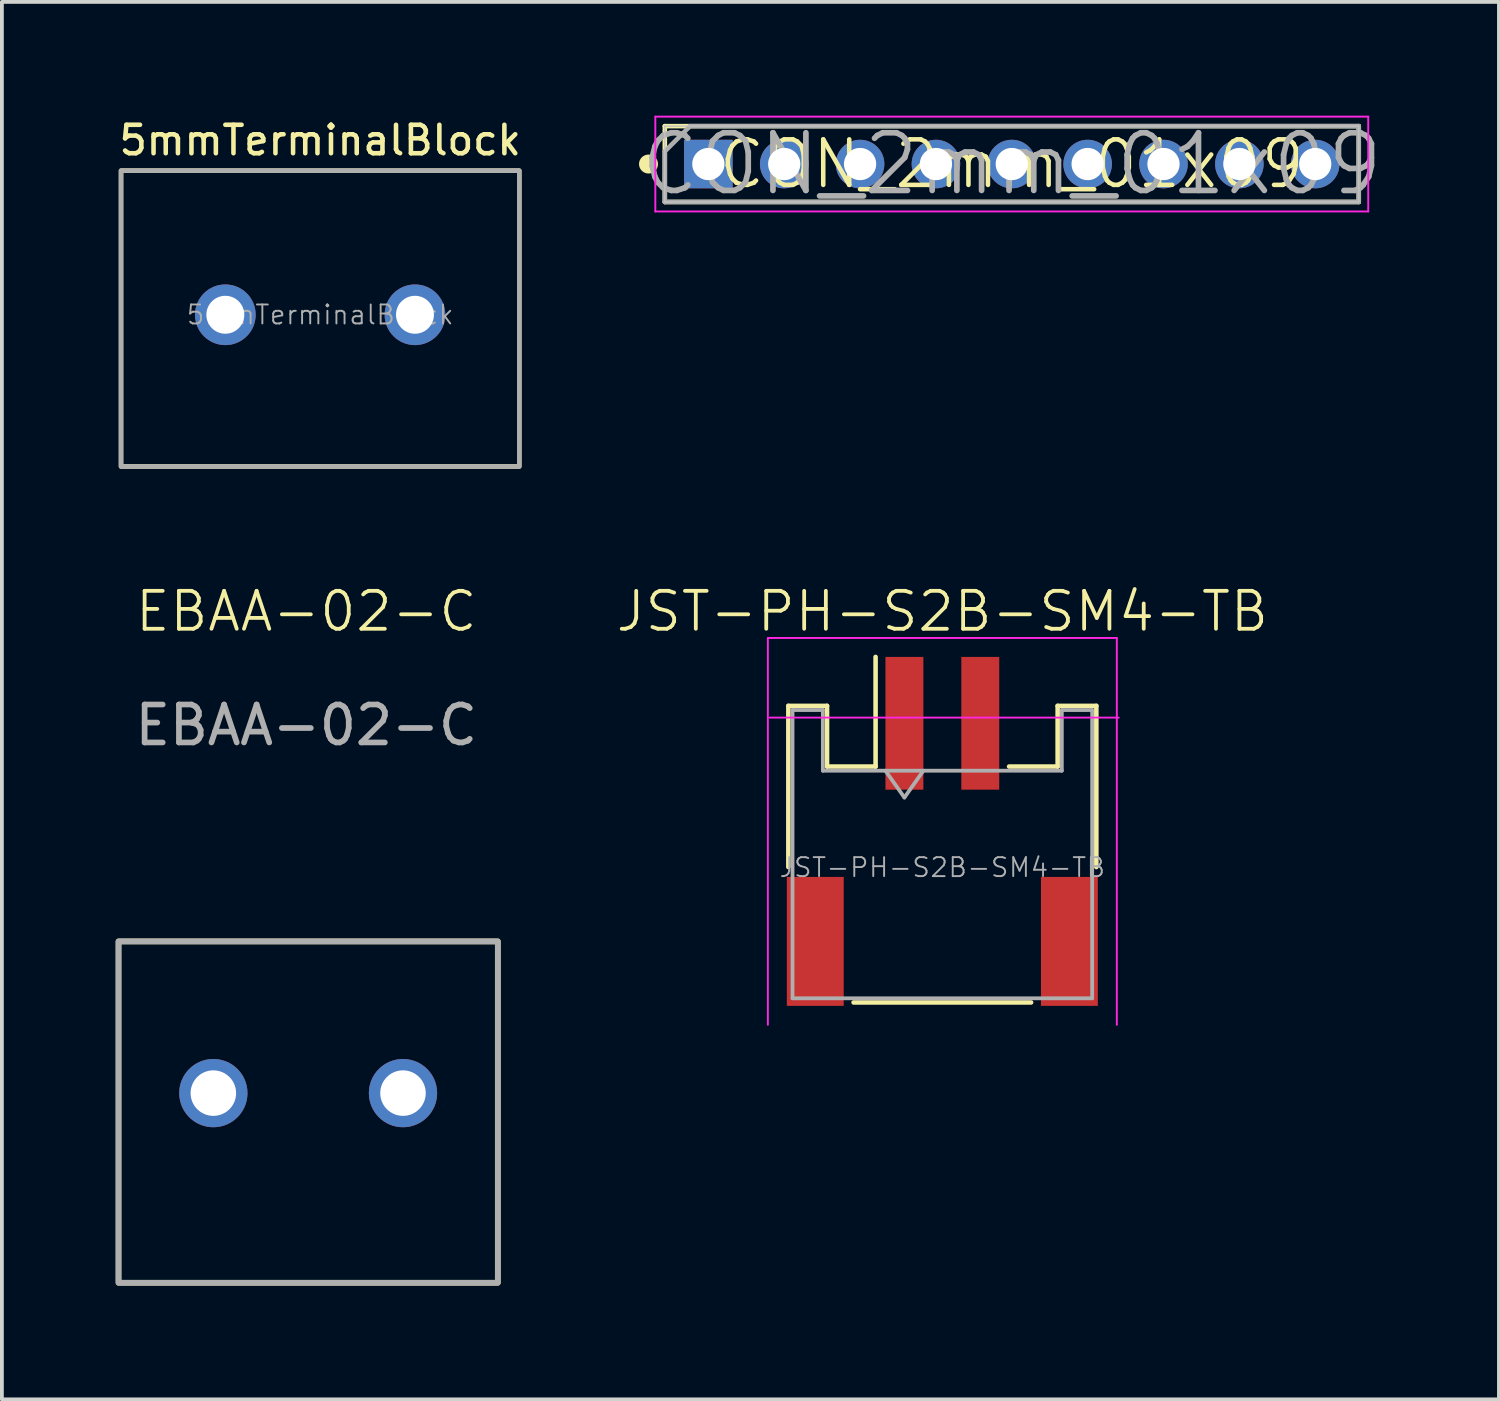
<source format=kicad_pcb>
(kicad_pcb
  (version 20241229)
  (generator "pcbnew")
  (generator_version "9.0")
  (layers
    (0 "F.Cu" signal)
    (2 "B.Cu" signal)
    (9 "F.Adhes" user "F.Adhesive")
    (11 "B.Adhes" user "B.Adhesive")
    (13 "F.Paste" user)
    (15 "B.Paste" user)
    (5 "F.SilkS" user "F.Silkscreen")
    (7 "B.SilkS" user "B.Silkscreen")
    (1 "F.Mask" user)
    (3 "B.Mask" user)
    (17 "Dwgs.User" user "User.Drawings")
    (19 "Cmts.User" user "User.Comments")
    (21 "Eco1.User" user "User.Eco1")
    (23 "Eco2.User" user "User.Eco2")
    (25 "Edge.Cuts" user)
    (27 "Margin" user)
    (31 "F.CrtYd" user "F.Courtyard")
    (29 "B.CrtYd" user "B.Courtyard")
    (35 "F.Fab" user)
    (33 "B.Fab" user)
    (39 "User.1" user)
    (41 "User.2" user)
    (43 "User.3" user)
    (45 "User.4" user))
  (footprint "EBAA-02-C"
    (layer "F.Cu")
    (at 5.075 25.77)
    (property "Reference" "EBAA-02-C" (at -0.05 -12.7 0) (unlocked yes) (layer "F.SilkS") (effects (font (size 1 1) (thickness 0.1))))
    (attr through_hole)
    (fp_rect (start -5 -4) (end 5 5) (stroke (width 0.15) (type default)) (fill no) (layer "F.SilkS"))
    (fp_rect (start -5 -4) (end 5 5) (stroke (width 0.15) (type default)) (fill no) (layer "F.Fab"))
    (fp_text user "${REFERENCE}" (at -0.05 -9.7 0) (unlocked yes) (layer "F.Fab") (effects (font (size 1 1) (thickness 0.15))))
    (pad "1" thru_hole circle (at -2.5 0) (size 1.8 1.8) (drill 1.2) (layers "*.Cu" "*.Mask"))
    (pad "2" thru_hole circle (at 2.5 0) (size 1.8 1.8) (drill 1.2) (layers "*.Cu" "*.Mask")))
  (footprint "CON_2mm_01x09"
    (layer "F.Cu")
    (at 15.626 1.275)
    (property "Reference" "CON_2mm_01x09" (at 8 0 0) (layer "F.SilkS") (effects (font (size 1.2 1.2) (thickness 0.12))))
    (attr through_hole)
    (fp_line (start -1.148 -1) (end 17.148 -1) (stroke (width 0.12) (type solid)) (layer "F.SilkS"))
    (fp_line (start -1.148 1) (end -1.148 -1) (stroke (width 0.12) (type solid)) (layer "F.SilkS"))
    (fp_line (start 17.148 -1) (end 17.148 1) (stroke (width 0.12) (type solid)) (layer "F.SilkS"))
    (fp_line (start 17.148 1) (end -1.148 1) (stroke (width 0.12) (type solid)) (layer "F.SilkS"))
    (fp_circle (center -1.578 0) (end -1.578 0.125) (stroke (width 0.25) (type solid)) (fill no) (layer "F.SilkS"))
    (fp_line (start -1.148 -1) (end 17.148 -1) (stroke (width 0.025) (type solid)) (layer "Dwgs.User"))
    (fp_line (start -1.148 -1) (end 17.148 -1) (stroke (width 0.025) (type solid)) (layer "Dwgs.User"))
    (fp_line (start -1.148 1) (end -1.148 -1) (stroke (width 0.025) (type solid)) (layer "Dwgs.User"))
    (fp_line (start -1.148 1) (end -1.148 -1) (stroke (width 0.025) (type solid)) (layer "Dwgs.User"))
    (fp_line (start -0.25 -0.25) (end 0.25 -0.25) (stroke (width 0.025) (type solid)) (layer "Dwgs.User"))
    (fp_line (start -0.25 0.25) (end -0.25 -0.25) (stroke (width 0.025) (type solid)) (layer "Dwgs.User"))
    (fp_line (start 0.25 -0.25) (end 0.25 0.25) (stroke (width 0.025) (type solid)) (layer "Dwgs.User"))
    (fp_line (start 0.25 0.25) (end -0.25 0.25) (stroke (width 0.025) (type solid)) (layer "Dwgs.User"))
    (fp_line (start 1.75 -0.25) (end 2.25 -0.25) (stroke (width 0.025) (type solid)) (layer "Dwgs.User"))
    (fp_line (start 1.75 0.25) (end 1.75 -0.25) (stroke (width 0.025) (type solid)) (layer "Dwgs.User"))
    (fp_line (start 2.25 -0.25) (end 2.25 0.25) (stroke (width 0.025) (type solid)) (layer "Dwgs.User"))
    (fp_line (start 2.25 0.25) (end 1.75 0.25) (stroke (width 0.025) (type solid)) (layer "Dwgs.User"))
    (fp_line (start 3.75 -0.25) (end 4.25 -0.25) (stroke (width 0.025) (type solid)) (layer "Dwgs.User"))
    (fp_line (start 3.75 0.25) (end 3.75 -0.25) (stroke (width 0.025) (type solid)) (layer "Dwgs.User"))
    (fp_line (start 4.25 -0.25) (end 4.25 0.25) (stroke (width 0.025) (type solid)) (layer "Dwgs.User"))
    (fp_line (start 4.25 0.25) (end 3.75 0.25) (stroke (width 0.025) (type solid)) (layer "Dwgs.User"))
    (fp_line (start 5.75 -0.25) (end 6.25 -0.25) (stroke (width 0.025) (type solid)) (layer "Dwgs.User"))
    (fp_line (start 5.75 0.25) (end 5.75 -0.25) (stroke (width 0.025) (type solid)) (layer "Dwgs.User"))
    (fp_line (start 6.25 -0.25) (end 6.25 0.25) (stroke (width 0.025) (type solid)) (layer "Dwgs.User"))
    (fp_line (start 6.25 0.25) (end 5.75 0.25) (stroke (width 0.025) (type solid)) (layer "Dwgs.User"))
    (fp_line (start 7.75 -0.25) (end 8.25 -0.25) (stroke (width 0.025) (type solid)) (layer "Dwgs.User"))
    (fp_line (start 7.75 0.25) (end 7.75 -0.25) (stroke (width 0.025) (type solid)) (layer "Dwgs.User"))
    (fp_line (start 8.25 -0.25) (end 8.25 0.25) (stroke (width 0.025) (type solid)) (layer "Dwgs.User"))
    (fp_line (start 8.25 0.25) (end 7.75 0.25) (stroke (width 0.025) (type solid)) (layer "Dwgs.User"))
    (fp_line (start 9.75 -0.25) (end 10.25 -0.25) (stroke (width 0.025) (type solid)) (layer "Dwgs.User"))
    (fp_line (start 9.75 0.25) (end 9.75 -0.25) (stroke (width 0.025) (type solid)) (layer "Dwgs.User"))
    (fp_line (start 10.25 -0.25) (end 10.25 0.25) (stroke (width 0.025) (type solid)) (layer "Dwgs.User"))
    (fp_line (start 10.25 0.25) (end 9.75 0.25) (stroke (width 0.025) (type solid)) (layer "Dwgs.User"))
    (fp_line (start 11.75 -0.25) (end 12.25 -0.25) (stroke (width 0.025) (type solid)) (layer "Dwgs.User"))
    (fp_line (start 11.75 0.25) (end 11.75 -0.25) (stroke (width 0.025) (type solid)) (layer "Dwgs.User"))
    (fp_line (start 12.25 -0.25) (end 12.25 0.25) (stroke (width 0.025) (type solid)) (layer "Dwgs.User"))
    (fp_line (start 12.25 0.25) (end 11.75 0.25) (stroke (width 0.025) (type solid)) (layer "Dwgs.User"))
    (fp_line (start 13.75 -0.25) (end 14.25 -0.25) (stroke (width 0.025) (type solid)) (layer "Dwgs.User"))
    (fp_line (start 13.75 0.25) (end 13.75 -0.25) (stroke (width 0.025) (type solid)) (layer "Dwgs.User"))
    (fp_line (start 14.25 -0.25) (end 14.25 0.25) (stroke (width 0.025) (type solid)) (layer "Dwgs.User"))
    (fp_line (start 14.25 0.25) (end 13.75 0.25) (stroke (width 0.025) (type solid)) (layer "Dwgs.User"))
    (fp_line (start 15.75 -0.25) (end 16.25 -0.25) (stroke (width 0.025) (type solid)) (layer "Dwgs.User"))
    (fp_line (start 15.75 0.25) (end 15.75 -0.25) (stroke (width 0.025) (type solid)) (layer "Dwgs.User"))
    (fp_line (start 16.25 -0.25) (end 16.25 0.25) (stroke (width 0.025) (type solid)) (layer "Dwgs.User"))
    (fp_line (start 16.25 0.25) (end 15.75 0.25) (stroke (width 0.025) (type solid)) (layer "Dwgs.User"))
    (fp_line (start 17.148 -1) (end 17.148 1) (stroke (width 0.025) (type solid)) (layer "Dwgs.User"))
    (fp_line (start 17.148 -1) (end 17.148 1) (stroke (width 0.025) (type solid)) (layer "Dwgs.User"))
    (fp_line (start 17.148 1) (end -1.148 1) (stroke (width 0.025) (type solid)) (layer "Dwgs.User"))
    (fp_line (start 17.148 1) (end -1.148 1) (stroke (width 0.025) (type solid)) (layer "Dwgs.User"))
    (fp_line (start -1.398 -1.25) (end 17.398 -1.25) (stroke (width 0.05) (type solid)) (layer "F.CrtYd"))
    (fp_line (start -1.398 1.25) (end -1.398 -1.25) (stroke (width 0.05) (type solid)) (layer "F.CrtYd"))
    (fp_line (start 0 -0.35) (end 0 0.35) (stroke (width 0.05) (type solid)) (layer "F.CrtYd"))
    (fp_line (start 0.35 0) (end -0.35 0) (stroke (width 0.05) (type solid)) (layer "F.CrtYd"))
    (fp_line (start 17.398 -1.25) (end 17.398 1.25) (stroke (width 0.05) (type solid)) (layer "F.CrtYd"))
    (fp_line (start 17.398 1.25) (end -1.398 1.25) (stroke (width 0.05) (type solid)) (layer "F.CrtYd"))
    (fp_circle (center 0 0) (end 0 0.25) (stroke (width 0.05) (type solid)) (fill no) (layer "F.CrtYd"))
    (fp_line (start -1.148 -0.333) (end -0.482 -1) (stroke (width 0.12) (type solid)) (layer "F.Fab"))
    (fp_line (start -1.148 1) (end -1.148 -0.333) (stroke (width 0.12) (type solid)) (layer "F.Fab"))
    (fp_line (start -0.482 -1) (end 17.148 -1) (stroke (width 0.12) (type solid)) (layer "F.Fab"))
    (fp_line (start 17.148 -1) (end 17.148 1) (stroke (width 0.12) (type solid)) (layer "F.Fab"))
    (fp_line (start 17.148 1) (end -1.148 1) (stroke (width 0.12) (type solid)) (layer "F.Fab"))
    (fp_text user "${REFERENCE}" (at 8 0 0) (layer "F.Fab") (effects (font (size 1.52 1.52) (thickness 0.15))))
    (pad "1" thru_hole rect (at 0 0) (size 1.28 1.28) (drill 0.85) (layers "*.Cu" "*.Mask"))
    (pad "2" thru_hole circle (at 2 0) (size 1.28 1.28) (drill 0.85) (layers "*.Cu" "*.Mask"))
    (pad "3" thru_hole circle (at 4 0) (size 1.28 1.28) (drill 0.85) (layers "*.Cu" "*.Mask"))
    (pad "4" thru_hole circle (at 6 0) (size 1.28 1.28) (drill 0.85) (layers "*.Cu" "*.Mask"))
    (pad "5" thru_hole circle (at 8 0) (size 1.28 1.28) (drill 0.85) (layers "*.Cu" "*.Mask"))
    (pad "6" thru_hole circle (at 10 0) (size 1.28 1.28) (drill 0.85) (layers "*.Cu" "*.Mask"))
    (pad "7" thru_hole circle (at 12 0) (size 1.28 1.28) (drill 0.85) (layers "*.Cu" "*.Mask"))
    (pad "8" thru_hole circle (at 14 0) (size 1.28 1.28) (drill 0.85) (layers "*.Cu" "*.Mask"))
    (pad "9" thru_hole circle (at 16 0) (size 1.28 1.28) (drill 0.85) (layers "*.Cu" "*.Mask")))
  (footprint "5mmTerminalBlock"
    (layer "F.Cu")
    (at 5.391 5.249)
    (property "Reference" "5mmTerminalBlock" (at 0 -4.6 0) (unlocked yes) (layer "F.SilkS") (effects (font (size 0.75 0.75) (thickness 0.12))))
    (attr through_hole)
    (fp_rect (start -5.25 -3.8) (end 5.25 4) (stroke (width 0.12) (type default)) (fill no) (layer "F.SilkS"))
    (fp_rect (start -5.25 -3.8) (end 5.25 4) (stroke (width 0.12) (type default)) (fill no) (layer "F.Fab"))
    (fp_text user "${REFERENCE}" (at 0 0 0) (unlocked yes) (layer "F.Fab") (effects (font (size 0.5 0.5) (thickness 0.05))))
    (pad "1" thru_hole circle (at -2.5 0) (size 1.6 1.6) (drill 1) (layers "*.Cu" "*.Mask"))
    (pad "2" thru_hole circle (at 2.5 0) (size 1.6 1.6) (drill 1) (layers "*.Cu" "*.Mask")))
  (footprint "JST-PH-S2B-SM4-TB"
    (layer "F.Cu")
    (at 21.795 19.82)
    (property "Reference" "JST-PH-S2B-SM4-TB" (at 0 -6.75 0) (unlocked yes) (layer "F.SilkS") (effects (font (size 1 1) (thickness 0.1))))
    (attr smd)
    (fp_line (start -4.06 -4.26) (end -3.04 -4.26) (stroke (width 0.12) (type solid)) (layer "F.SilkS"))
    (fp_line (start -4.06 -0.01) (end -4.06 -4.26) (stroke (width 0.12) (type solid)) (layer "F.SilkS"))
    (fp_line (start -3.04 -4.26) (end -3.04 -2.66) (stroke (width 0.12) (type solid)) (layer "F.SilkS"))
    (fp_line (start -3.04 -2.66) (end -1.76 -2.66) (stroke (width 0.12) (type solid)) (layer "F.SilkS"))
    (fp_line (start -2.34 3.56) (end 2.34 3.56) (stroke (width 0.12) (type solid)) (layer "F.SilkS"))
    (fp_line (start -1.76 -2.66) (end -1.76 -5.55) (stroke (width 0.12) (type solid)) (layer "F.SilkS"))
    (fp_line (start 3.04 -4.26) (end 3.04 -2.66) (stroke (width 0.12) (type solid)) (layer "F.SilkS"))
    (fp_line (start 3.04 -2.66) (end 1.76 -2.66) (stroke (width 0.12) (type solid)) (layer "F.SilkS"))
    (fp_line (start 4.06 -4.26) (end 3.04 -4.26) (stroke (width 0.12) (type solid)) (layer "F.SilkS"))
    (fp_line (start 4.06 -0.01) (end 4.06 -4.26) (stroke (width 0.12) (type solid)) (layer "F.SilkS"))
    (fp_line (start -4.6 -6.05) (end -4.6 4.15) (stroke (width 0.05) (type solid)) (layer "F.CrtYd"))
    (fp_line (start -4.55 -3.95) (end 4.65 -3.95) (stroke (width 0.05) (type solid)) (layer "F.CrtYd"))
    (fp_line (start 4.6 -6.05) (end -4.6 -6.05) (stroke (width 0.05) (type solid)) (layer "F.CrtYd"))
    (fp_line (start 4.6 4.15) (end 4.6 -6.05) (stroke (width 0.05) (type solid)) (layer "F.CrtYd"))
    (fp_line (start -3.95 -4.15) (end -3.95 3.45) (stroke (width 0.1) (type solid)) (layer "F.Fab"))
    (fp_line (start -3.95 -4.15) (end -3.15 -4.15) (stroke (width 0.1) (type solid)) (layer "F.Fab"))
    (fp_line (start -3.95 3.45) (end 3.95 3.45) (stroke (width 0.1) (type solid)) (layer "F.Fab"))
    (fp_line (start -3.15 -4.15) (end -3.15 -2.55) (stroke (width 0.1) (type solid)) (layer "F.Fab"))
    (fp_line (start -3.15 -2.55) (end 3.15 -2.55) (stroke (width 0.1) (type solid)) (layer "F.Fab"))
    (fp_line (start -1.5 -2.55) (end -1 -1.843) (stroke (width 0.1) (type solid)) (layer "F.Fab"))
    (fp_line (start -1 -1.843) (end -0.5 -2.55) (stroke (width 0.1) (type solid)) (layer "F.Fab"))
    (fp_line (start 3.15 -4.15) (end 3.95 -4.15) (stroke (width 0.1) (type solid)) (layer "F.Fab"))
    (fp_line (start 3.15 -2.55) (end 3.15 -4.15) (stroke (width 0.1) (type solid)) (layer "F.Fab"))
    (fp_line (start 3.95 -4.15) (end 3.95 3.45) (stroke (width 0.1) (type solid)) (layer "F.Fab"))
    (fp_text user "${REFERENCE}" (at 0 0 0) (unlocked yes) (layer "F.Fab") (effects (font (size 0.5 0.5) (thickness 0.05))))
    (pad "" smd rect (at -3.35 1.95) (size 1.5 3.4) (layers "F.Cu" "F.Mask" "F.Paste"))
    (pad "" smd rect (at 3.35 1.95) (size 1.5 3.4) (layers "F.Cu" "F.Mask" "F.Paste"))
    (pad "1" smd rect (at -1 -3.8) (size 1 3.5) (layers "F.Cu" "F.Mask" "F.Paste"))
    (pad "2" smd rect (at 1 -3.8) (size 1 3.5) (layers "F.Cu" "F.Mask" "F.Paste")))
  (gr_rect
    (start -3 -3)
    (end 36.47 33.845)
    (stroke (width 0.1) (type default))
    (fill no)
    (layer "Edge.Cuts")))
</source>
